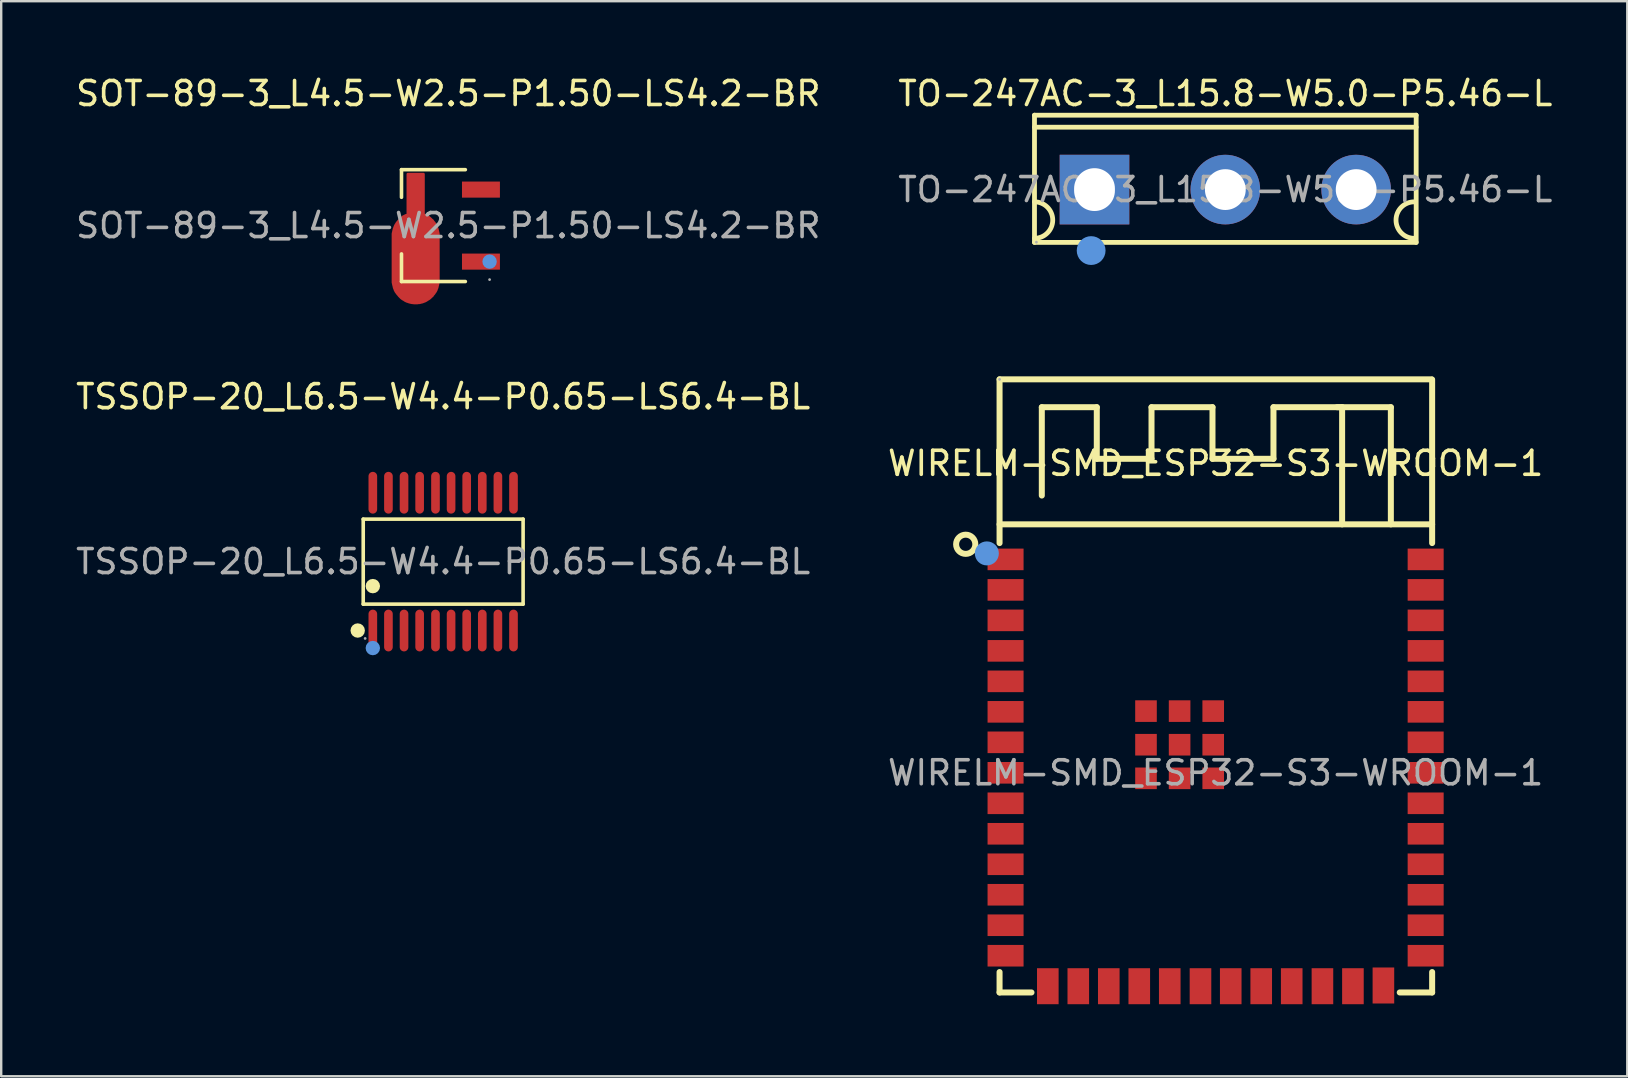
<source format=kicad_pcb>
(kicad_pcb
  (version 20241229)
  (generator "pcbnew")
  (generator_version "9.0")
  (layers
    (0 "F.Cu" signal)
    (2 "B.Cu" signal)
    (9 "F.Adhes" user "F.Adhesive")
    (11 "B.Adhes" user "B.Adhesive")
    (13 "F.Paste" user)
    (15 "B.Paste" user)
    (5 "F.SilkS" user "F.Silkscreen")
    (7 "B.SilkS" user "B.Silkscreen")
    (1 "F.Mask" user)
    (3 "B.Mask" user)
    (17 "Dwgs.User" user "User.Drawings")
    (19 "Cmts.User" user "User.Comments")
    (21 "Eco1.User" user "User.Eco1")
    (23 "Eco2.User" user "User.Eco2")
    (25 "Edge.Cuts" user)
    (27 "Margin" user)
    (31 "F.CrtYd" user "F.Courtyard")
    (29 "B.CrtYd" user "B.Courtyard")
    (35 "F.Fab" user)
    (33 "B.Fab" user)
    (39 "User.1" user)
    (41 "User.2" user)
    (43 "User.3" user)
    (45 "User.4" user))
  (footprint "WIRELM-SMD_ESP32-S3-WROOM-1"
    (layer "F.Cu")
    (at 47.589 29.143)
    (property "Reference" "WIRELM-SMD_ESP32-S3-WROOM-1" (at 0 -12.89 0) (layer "F.SilkS") (effects (font (size 1 1) (thickness 0.15))))
    (attr smd)
    (fp_line (start -9 -16.39) (end -9 -9.57) (stroke (width 0.25) (type solid)) (layer "F.SilkS"))
    (fp_line (start -9 -10.35) (end 9.02 -10.35) (stroke (width 0.25) (type solid)) (layer "F.SilkS"))
    (fp_line (start -9 8.3) (end -9 9.15) (stroke (width 0.25) (type solid)) (layer "F.SilkS"))
    (fp_line (start -9 9.15) (end -7.67 9.15) (stroke (width 0.25) (type solid)) (layer "F.SilkS"))
    (fp_line (start -7.24 -15.23) (end -7.24 -11.55) (stroke (width 0.25) (type solid)) (layer "F.SilkS"))
    (fp_line (start -4.95 -15.23) (end -7.24 -15.23) (stroke (width 0.25) (type solid)) (layer "F.SilkS"))
    (fp_line (start -4.95 -13.08) (end -4.95 -15.23) (stroke (width 0.25) (type solid)) (layer "F.SilkS"))
    (fp_line (start -2.67 -15.23) (end -2.67 -13.08) (stroke (width 0.25) (type solid)) (layer "F.SilkS"))
    (fp_line (start -2.67 -13.08) (end -4.95 -13.08) (stroke (width 0.25) (type solid)) (layer "F.SilkS"))
    (fp_line (start -0.13 -15.23) (end -2.67 -15.23) (stroke (width 0.25) (type solid)) (layer "F.SilkS"))
    (fp_line (start -0.13 -13.08) (end -0.13 -15.23) (stroke (width 0.25) (type solid)) (layer "F.SilkS"))
    (fp_line (start 2.41 -15.23) (end 2.41 -13.08) (stroke (width 0.25) (type solid)) (layer "F.SilkS"))
    (fp_line (start 2.41 -13.08) (end -0.13 -13.08) (stroke (width 0.25) (type solid)) (layer "F.SilkS"))
    (fp_line (start 5.27 -15.23) (end 2.41 -15.23) (stroke (width 0.25) (type solid)) (layer "F.SilkS"))
    (fp_line (start 5.27 -10.35) (end 5.27 -15.23) (stroke (width 0.25) (type solid)) (layer "F.SilkS"))
    (fp_line (start 7.3 -15.23) (end 5.06 -15.23) (stroke (width 0.25) (type solid)) (layer "F.SilkS"))
    (fp_line (start 7.3 -10.35) (end 7.3 -15.23) (stroke (width 0.25) (type solid)) (layer "F.SilkS"))
    (fp_line (start 7.67 9.15) (end 9.02 9.15) (stroke (width 0.25) (type solid)) (layer "F.SilkS"))
    (fp_line (start 9 -16.39) (end -9 -16.39) (stroke (width 0.25) (type solid)) (layer "F.SilkS"))
    (fp_line (start 9.02 -9.57) (end 9.02 -16.38) (stroke (width 0.25) (type solid)) (layer "F.SilkS"))
    (fp_line (start 9.02 9.15) (end 9.02 8.3) (stroke (width 0.25) (type solid)) (layer "F.SilkS"))
    (fp_circle (center -10.41 -9.52) (end -10.01 -9.52) (stroke (width 0.25) (type solid)) (fill no) (layer "F.SilkS"))
    (fp_circle (center -9.53 -9.14) (end -9.28 -9.14) (stroke (width 0.5) (type solid)) (fill no) (layer "Cmts.User"))
    (fp_circle (center -9 -16.39) (end -8.97 -16.39) (stroke (width 0.06) (type solid)) (fill no) (layer "F.Fab"))
    (fp_text user "${REFERENCE}" (at 0 0 0) (layer "F.Fab") (effects (font (size 1 1) (thickness 0.15))))
    (pad "1" smd rect (at -8.75 -8.89) (size 1.5 0.9) (layers "F.Cu" "F.Mask" "F.Paste"))
    (pad "2" smd rect (at -8.75 -7.62) (size 1.5 0.9) (layers "F.Cu" "F.Mask" "F.Paste"))
    (pad "3" smd rect (at -8.75 -6.35) (size 1.5 0.9) (layers "F.Cu" "F.Mask" "F.Paste"))
    (pad "4" smd rect (at -8.75 -5.08) (size 1.5 0.9) (layers "F.Cu" "F.Mask" "F.Paste"))
    (pad "5" smd rect (at -8.75 -3.81) (size 1.5 0.9) (layers "F.Cu" "F.Mask" "F.Paste"))
    (pad "6" smd rect (at -8.75 -2.54) (size 1.5 0.9) (layers "F.Cu" "F.Mask" "F.Paste"))
    (pad "7" smd rect (at -8.75 -1.27) (size 1.5 0.9) (layers "F.Cu" "F.Mask" "F.Paste"))
    (pad "8" smd rect (at -8.75 0) (size 1.5 0.9) (layers "F.Cu" "F.Mask" "F.Paste"))
    (pad "9" smd rect (at -8.75 1.27) (size 1.5 0.9) (layers "F.Cu" "F.Mask" "F.Paste"))
    (pad "10" smd rect (at -8.75 2.54) (size 1.5 0.9) (layers "F.Cu" "F.Mask" "F.Paste"))
    (pad "11" smd rect (at -8.75 3.81) (size 1.5 0.9) (layers "F.Cu" "F.Mask" "F.Paste"))
    (pad "12" smd rect (at -8.75 5.08) (size 1.5 0.9) (layers "F.Cu" "F.Mask" "F.Paste"))
    (pad "13" smd rect (at -8.75 6.35) (size 1.5 0.9) (layers "F.Cu" "F.Mask" "F.Paste"))
    (pad "14" smd rect (at -8.75 7.62) (size 1.5 0.9) (layers "F.Cu" "F.Mask" "F.Paste"))
    (pad "15" smd rect (at -6.99 8.89 90) (size 1.5 0.9) (layers "F.Cu" "F.Mask" "F.Paste"))
    (pad "16" smd rect (at -5.72 8.89 90) (size 1.5 0.9) (layers "F.Cu" "F.Mask" "F.Paste"))
    (pad "17" smd rect (at -4.45 8.89 90) (size 1.5 0.9) (layers "F.Cu" "F.Mask" "F.Paste"))
    (pad "18" smd rect (at -3.18 8.89 90) (size 1.5 0.9) (layers "F.Cu" "F.Mask" "F.Paste"))
    (pad "19" smd rect (at -1.91 8.89 90) (size 1.5 0.9) (layers "F.Cu" "F.Mask" "F.Paste"))
    (pad "20" smd rect (at -0.63 8.89 90) (size 1.5 0.9) (layers "F.Cu" "F.Mask" "F.Paste"))
    (pad "21" smd rect (at 0.63 8.89 90) (size 1.5 0.9) (layers "F.Cu" "F.Mask" "F.Paste"))
    (pad "22" smd rect (at 1.9 8.89 90) (size 1.5 0.9) (layers "F.Cu" "F.Mask" "F.Paste"))
    (pad "23" smd rect (at 3.17 8.89 90) (size 1.5 0.9) (layers "F.Cu" "F.Mask" "F.Paste"))
    (pad "24" smd rect (at 4.45 8.89 90) (size 1.5 0.9) (layers "F.Cu" "F.Mask" "F.Paste"))
    (pad "25" smd rect (at 5.72 8.89 90) (size 1.5 0.9) (layers "F.Cu" "F.Mask" "F.Paste"))
    (pad "26" smd rect (at 6.99 8.86 90) (size 1.5 0.9) (layers "F.Cu" "F.Mask" "F.Paste"))
    (pad "27" smd rect (at 8.75 7.62 180) (size 1.5 0.9) (layers "F.Cu" "F.Mask" "F.Paste"))
    (pad "28" smd rect (at 8.75 6.35 180) (size 1.5 0.9) (layers "F.Cu" "F.Mask" "F.Paste"))
    (pad "29" smd rect (at 8.75 5.08 180) (size 1.5 0.9) (layers "F.Cu" "F.Mask" "F.Paste"))
    (pad "30" smd rect (at 8.75 3.81 180) (size 1.5 0.9) (layers "F.Cu" "F.Mask" "F.Paste"))
    (pad "31" smd rect (at 8.75 2.54 180) (size 1.5 0.9) (layers "F.Cu" "F.Mask" "F.Paste"))
    (pad "32" smd rect (at 8.75 1.27 180) (size 1.5 0.9) (layers "F.Cu" "F.Mask" "F.Paste"))
    (pad "33" smd rect (at 8.75 0 180) (size 1.5 0.9) (layers "F.Cu" "F.Mask" "F.Paste"))
    (pad "34" smd rect (at 8.75 -1.27 180) (size 1.5 0.9) (layers "F.Cu" "F.Mask" "F.Paste"))
    (pad "35" smd rect (at 8.75 -2.54 180) (size 1.5 0.9) (layers "F.Cu" "F.Mask" "F.Paste"))
    (pad "36" smd rect (at 8.75 -3.81 180) (size 1.5 0.9) (layers "F.Cu" "F.Mask" "F.Paste"))
    (pad "37" smd rect (at 8.75 -5.08 180) (size 1.5 0.9) (layers "F.Cu" "F.Mask" "F.Paste"))
    (pad "38" smd rect (at 8.75 -6.35 180) (size 1.5 0.9) (layers "F.Cu" "F.Mask" "F.Paste"))
    (pad "39" smd rect (at 8.75 -7.62 180) (size 1.5 0.9) (layers "F.Cu" "F.Mask" "F.Paste"))
    (pad "40" smd rect (at 8.75 -8.89 180) (size 1.5 0.9) (layers "F.Cu" "F.Mask" "F.Paste"))
    (pad "41" smd rect (at -2.9 -2.57 90) (size 0.9 0.9) (layers "F.Cu" "F.Mask" "F.Paste"))
    (pad "41" smd rect (at -2.9 -1.17 90) (size 0.9 0.9) (layers "F.Cu" "F.Mask" "F.Paste"))
    (pad "41" smd rect (at -2.9 0.23 90) (size 0.9 0.9) (layers "F.Cu" "F.Mask" "F.Paste"))
    (pad "41" smd rect (at -1.5 -2.57 90) (size 0.9 0.9) (layers "F.Cu" "F.Mask" "F.Paste"))
    (pad "41" smd rect (at -1.5 -1.17 90) (size 0.9 0.9) (layers "F.Cu" "F.Mask" "F.Paste"))
    (pad "41" smd rect (at -1.5 0.23 90) (size 0.9 0.9) (layers "F.Cu" "F.Mask" "F.Paste"))
    (pad "41" smd rect (at -0.1 -2.57 90) (size 0.9 0.9) (layers "F.Cu" "F.Mask" "F.Paste"))
    (pad "41" smd rect (at -0.1 -1.17 90) (size 0.9 0.9) (layers "F.Cu" "F.Mask" "F.Paste"))
    (pad "41" smd rect (at -0.1 0.23 90) (size 0.9 0.9) (layers "F.Cu" "F.Mask" "F.Paste")))
  (footprint "TSSOP-20_L6.5-W4.4-P0.65-LS6.4-BL"
    (layer "F.Cu")
    (at 15.411 20.346)
    (property "Reference" "TSSOP-20_L6.5-W4.4-P0.65-LS6.4-BL" (at 0 -6.87 0) (layer "F.SilkS") (effects (font (size 1 1) (thickness 0.15))))
    (attr smd)
    (fp_line (start -3.33 -1.77) (end 3.33 -1.77) (stroke (width 0.15) (type solid)) (layer "F.SilkS"))
    (fp_line (start -3.33 1.77) (end -3.33 -1.77) (stroke (width 0.15) (type solid)) (layer "F.SilkS"))
    (fp_line (start 3.33 -1.77) (end 3.33 1.77) (stroke (width 0.15) (type solid)) (layer "F.SilkS"))
    (fp_line (start 3.33 1.77) (end -3.33 1.77) (stroke (width 0.15) (type solid)) (layer "F.SilkS"))
    (fp_circle (center -3.56 2.87) (end -3.41 2.87) (stroke (width 0.3) (type solid)) (fill no) (layer "F.SilkS"))
    (fp_circle (center -2.93 1.02) (end -2.78 1.02) (stroke (width 0.3) (type solid)) (fill no) (layer "F.SilkS"))
    (fp_circle (center -2.93 3.6) (end -2.78 3.6) (stroke (width 0.3) (type solid)) (fill no) (layer "Cmts.User"))
    (fp_circle (center -3.25 3.2) (end -3.22 3.2) (stroke (width 0.06) (type solid)) (fill no) (layer "F.Fab"))
    (fp_text user "${REFERENCE}" (at 0 0 0) (layer "F.Fab") (effects (font (size 1 1) (thickness 0.15))))
    (pad "1" smd oval (at -2.93 2.87) (size 0.36 1.74) (layers "F.Cu" "F.Mask" "F.Paste"))
    (pad "2" smd oval (at -2.28 2.87) (size 0.36 1.74) (layers "F.Cu" "F.Mask" "F.Paste"))
    (pad "3" smd oval (at -1.63 2.87) (size 0.36 1.74) (layers "F.Cu" "F.Mask" "F.Paste"))
    (pad "4" smd oval (at -0.98 2.87) (size 0.36 1.74) (layers "F.Cu" "F.Mask" "F.Paste"))
    (pad "5" smd oval (at -0.32 2.87) (size 0.36 1.74) (layers "F.Cu" "F.Mask" "F.Paste"))
    (pad "6" smd oval (at 0.33 2.87) (size 0.36 1.74) (layers "F.Cu" "F.Mask" "F.Paste"))
    (pad "7" smd oval (at 0.98 2.87) (size 0.36 1.74) (layers "F.Cu" "F.Mask" "F.Paste"))
    (pad "8" smd oval (at 1.63 2.87) (size 0.36 1.74) (layers "F.Cu" "F.Mask" "F.Paste"))
    (pad "9" smd oval (at 2.28 2.87) (size 0.36 1.74) (layers "F.Cu" "F.Mask" "F.Paste"))
    (pad "10" smd oval (at 2.93 2.87) (size 0.36 1.74) (layers "F.Cu" "F.Mask" "F.Paste"))
    (pad "11" smd oval (at 2.93 -2.87) (size 0.36 1.74) (layers "F.Cu" "F.Mask" "F.Paste"))
    (pad "12" smd oval (at 2.28 -2.87) (size 0.36 1.74) (layers "F.Cu" "F.Mask" "F.Paste"))
    (pad "13" smd oval (at 1.63 -2.87) (size 0.36 1.74) (layers "F.Cu" "F.Mask" "F.Paste"))
    (pad "14" smd oval (at 0.98 -2.87) (size 0.36 1.74) (layers "F.Cu" "F.Mask" "F.Paste"))
    (pad "15" smd oval (at 0.33 -2.87) (size 0.36 1.74) (layers "F.Cu" "F.Mask" "F.Paste"))
    (pad "16" smd oval (at -0.32 -2.87) (size 0.36 1.74) (layers "F.Cu" "F.Mask" "F.Paste"))
    (pad "17" smd oval (at -0.98 -2.87) (size 0.36 1.74) (layers "F.Cu" "F.Mask" "F.Paste"))
    (pad "18" smd oval (at -1.63 -2.87) (size 0.36 1.74) (layers "F.Cu" "F.Mask" "F.Paste"))
    (pad "19" smd oval (at -2.28 -2.87) (size 0.36 1.74) (layers "F.Cu" "F.Mask" "F.Paste"))
    (pad "20" smd oval (at -2.93 -2.87) (size 0.36 1.74) (layers "F.Cu" "F.Mask" "F.Paste")))
  (footprint "TO-247AC-3_L15.8-W5.0-P5.46-L"
    (layer "F.Cu")
    (at 47.994 4.848)
    (property "Reference" "TO-247AC-3_L15.8-W5.0-P5.46-L" (at 0 -4 0) (layer "F.SilkS") (effects (font (size 1 1) (thickness 0.15))))
    (attr smd)
    (fp_line (start -7.95 -3.1) (end -7.95 2.2) (stroke (width 0.2) (type solid)) (layer "F.SilkS"))
    (fp_line (start -7.95 -2.6) (end 7.95 -2.6) (stroke (width 0.2) (type solid)) (layer "F.SilkS"))
    (fp_line (start -7.95 2.2) (end 7.95 2.2) (stroke (width 0.2) (type solid)) (layer "F.SilkS"))
    (fp_line (start 7.95 -3.1) (end -7.95 -3.1) (stroke (width 0.2) (type solid)) (layer "F.SilkS"))
    (fp_line (start 7.95 2.2) (end 7.95 -3.1) (stroke (width 0.2) (type solid)) (layer "F.SilkS"))
    (fp_arc (start -7.95 0.51) (mid -7.19 1.27) (end -7.95 2.03) (stroke (width 0.2) (type solid)) (layer "F.SilkS"))
    (fp_arc (start 7.87 2.03) (mid 7.11 1.27) (end 7.87 0.51) (stroke (width 0.2) (type solid)) (layer "F.SilkS"))
    (fp_circle (center -5.59 2.54) (end -5.29 2.54) (stroke (width 0.6) (type solid)) (fill no) (layer "Cmts.User"))
    (fp_circle (center -7.87 2.19) (end -7.84 2.19) (stroke (width 0.06) (type solid)) (fill no) (layer "F.Fab"))
    (fp_text user "${REFERENCE}" (at 0 0 0) (layer "F.Fab") (effects (font (size 1 1) (thickness 0.15))))
    (pad "1" thru_hole rect (at -5.45 0) (size 2.9 2.9) (drill oval 1.7 1.785) (layers "*.Cu" "*.Paste" "*.Mask"))
    (pad "2" thru_hole circle (at 0 0) (size 2.9 2.9) (drill 1.7) (layers "*.Cu" "*.Paste" "*.Mask"))
    (pad "3" thru_hole circle (at 5.45 0) (size 2.9 2.9) (drill 1.7) (layers "*.Cu" "*.Paste" "*.Mask")))
  (footprint "SOT-89-3_L4.5-W2.5-P1.50-LS4.2-BR"
    (layer "F.Cu")
    (at 15.625 6.348)
    (property "Reference" "SOT-89-3_L4.5-W2.5-P1.50-LS4.2-BR" (at 0 -5.5 0) (layer "F.SilkS") (effects (font (size 1 1) (thickness 0.15))))
    (attr smd)
    (fp_line (start -1.95 -2.33) (end -1.95 -1.18) (stroke (width 0.15) (type solid)) (layer "F.SilkS"))
    (fp_line (start -1.95 2.33) (end -1.95 1.18) (stroke (width 0.15) (type solid)) (layer "F.SilkS"))
    (fp_line (start 0.71 -2.33) (end -1.95 -2.33) (stroke (width 0.15) (type solid)) (layer "F.SilkS"))
    (fp_line (start 0.71 2.33) (end -1.95 2.33) (stroke (width 0.15) (type solid)) (layer "F.SilkS"))
    (fp_circle (center 1.72 1.5) (end 1.87 1.5) (stroke (width 0.3) (type solid)) (fill no) (layer "Cmts.User"))
    (fp_circle (center 1.72 2.25) (end 1.75 2.25) (stroke (width 0.06) (type solid)) (fill no) (layer "F.Fab"))
    (fp_text user "${REFERENCE}" (at 0 0 0) (layer "F.Fab") (effects (font (size 1 1) (thickness 0.15))))
    (pad "1" smd rect (at 1.36 1.5) (size 1.58 0.67) (layers "F.Cu" "F.Mask" "F.Paste"))
    (pad "2" smd custom (at -1.36 0 90) (size 1 1) (layers "F.Cu" "F.Mask" "F.Paste") (options (anchor circle)) (primitives (gr_poly (pts (xy -2.28 -0.95) (xy -0.43 -0.95) (xy -0.38 -0.95) (xy -0.34 -0.95) (xy -0.29 -0.94) (xy -0.25 -0.93) (xy -0.2 -0.92) (xy -0.16 -0.91) (xy -0.12 -0.9) (xy -0.08 -0.88) (xy -0.04 -0.87) (xy 0 -0.85) (xy 0.04 -0.83) (xy 0.08 -0.8) (xy 0.12 -0.78) (xy 0.15 -0.75) (xy 0.19 -0.72) (xy 0.22 -0.69) (xy 0.25 -0.66) (xy 0.28 -0.63) (xy 0.31 -0.6) (xy 0.34 -0.56) (xy 0.37 -0.53) (xy 0.39 -0.49) (xy 0.41 -0.45) (xy 0.43 -0.41) (xy 0.45 -0.33) (xy 2.15 -0.33) (xy 2.15 0.33) (xy 0.45 0.33) (xy 0.43 0.41) (xy 0.41 0.45) (xy 0.39 0.49) (xy 0.37 0.53) (xy 0.34 0.56) (xy 0.31 0.6) (xy 0.28 0.63) (xy 0.25 0.66) (xy 0.22 0.7) (xy 0.19 0.72) (xy 0.15 0.75) (xy 0.12 0.78) (xy 0.08 0.8) (xy 0.04 0.83) (xy 0 0.85) (xy -0.04 0.87) (xy -0.08 0.88) (xy -0.12 0.9) (xy -0.16 0.91) (xy -0.2 0.92) (xy -0.25 0.93) (xy -0.29 0.94) (xy -0.34 0.95) (xy -0.38 0.95) (xy -0.43 0.95) (xy -2.28 0.95) (xy -2.32 0.95) (xy -2.37 0.95) (xy -2.41 0.94) (xy -2.46 0.93) (xy -2.5 0.92) (xy -2.54 0.91) (xy -2.59 0.9) (xy -2.63 0.88) (xy -2.67 0.87) (xy -2.71 0.85) (xy -2.75 0.83) (xy -2.79 0.8) (xy -2.82 0.78) (xy -2.86 0.75) (xy -2.89 0.72) (xy -2.93 0.7) (xy -2.96 0.66) (xy -2.99 0.63) (xy -3.02 0.6) (xy -3.05 0.56) (xy -3.07 0.53) (xy -3.09 0.49) (xy -3.12 0.45) (xy -3.14 0.41) (xy -3.16 0.37) (xy -3.17 0.33) (xy -3.19 0.29) (xy -3.2 0.24) (xy -3.21 0.2) (xy -3.22 0.16) (xy -3.22 0.11) (xy -3.23 0.07) (xy -3.23 0.02) (xy -3.23 -0.02) (xy -3.23 -0.07) (xy -3.22 -0.11) (xy -3.22 -0.15) (xy -3.21 -0.2) (xy -3.2 -0.24) (xy -3.19 -0.28) (xy -3.17 -0.33) (xy -3.16 -0.37) (xy -3.14 -0.41) (xy -3.12 -0.45) (xy -3.09 -0.49) (xy -3.07 -0.53) (xy -3.05 -0.56) (xy -3.02 -0.6) (xy -2.99 -0.63) (xy -2.96 -0.66) (xy -2.93 -0.69) (xy -2.89 -0.72) (xy -2.86 -0.75) (xy -2.82 -0.78) (xy -2.79 -0.8) (xy -2.75 -0.83) (xy -2.71 -0.85) (xy -2.67 -0.87) (xy -2.63 -0.88) (xy -2.59 -0.9) (xy -2.54 -0.91) (xy -2.5 -0.92) (xy -2.46 -0.93) (xy -2.41 -0.94) (xy -2.37 -0.95) (xy -2.32 -0.95) (xy -2.28 -0.95)) (width 0.1) (fill yes))))
    (pad "3" smd rect (at 1.36 -1.5) (size 1.58 0.67) (layers "F.Cu" "F.Mask" "F.Paste")))
  (gr_rect
    (start -3 -3)
    (end 64.738 41.783)
    (stroke (width 0.1) (type default))
    (fill no)
    (layer "Edge.Cuts")))
</source>
